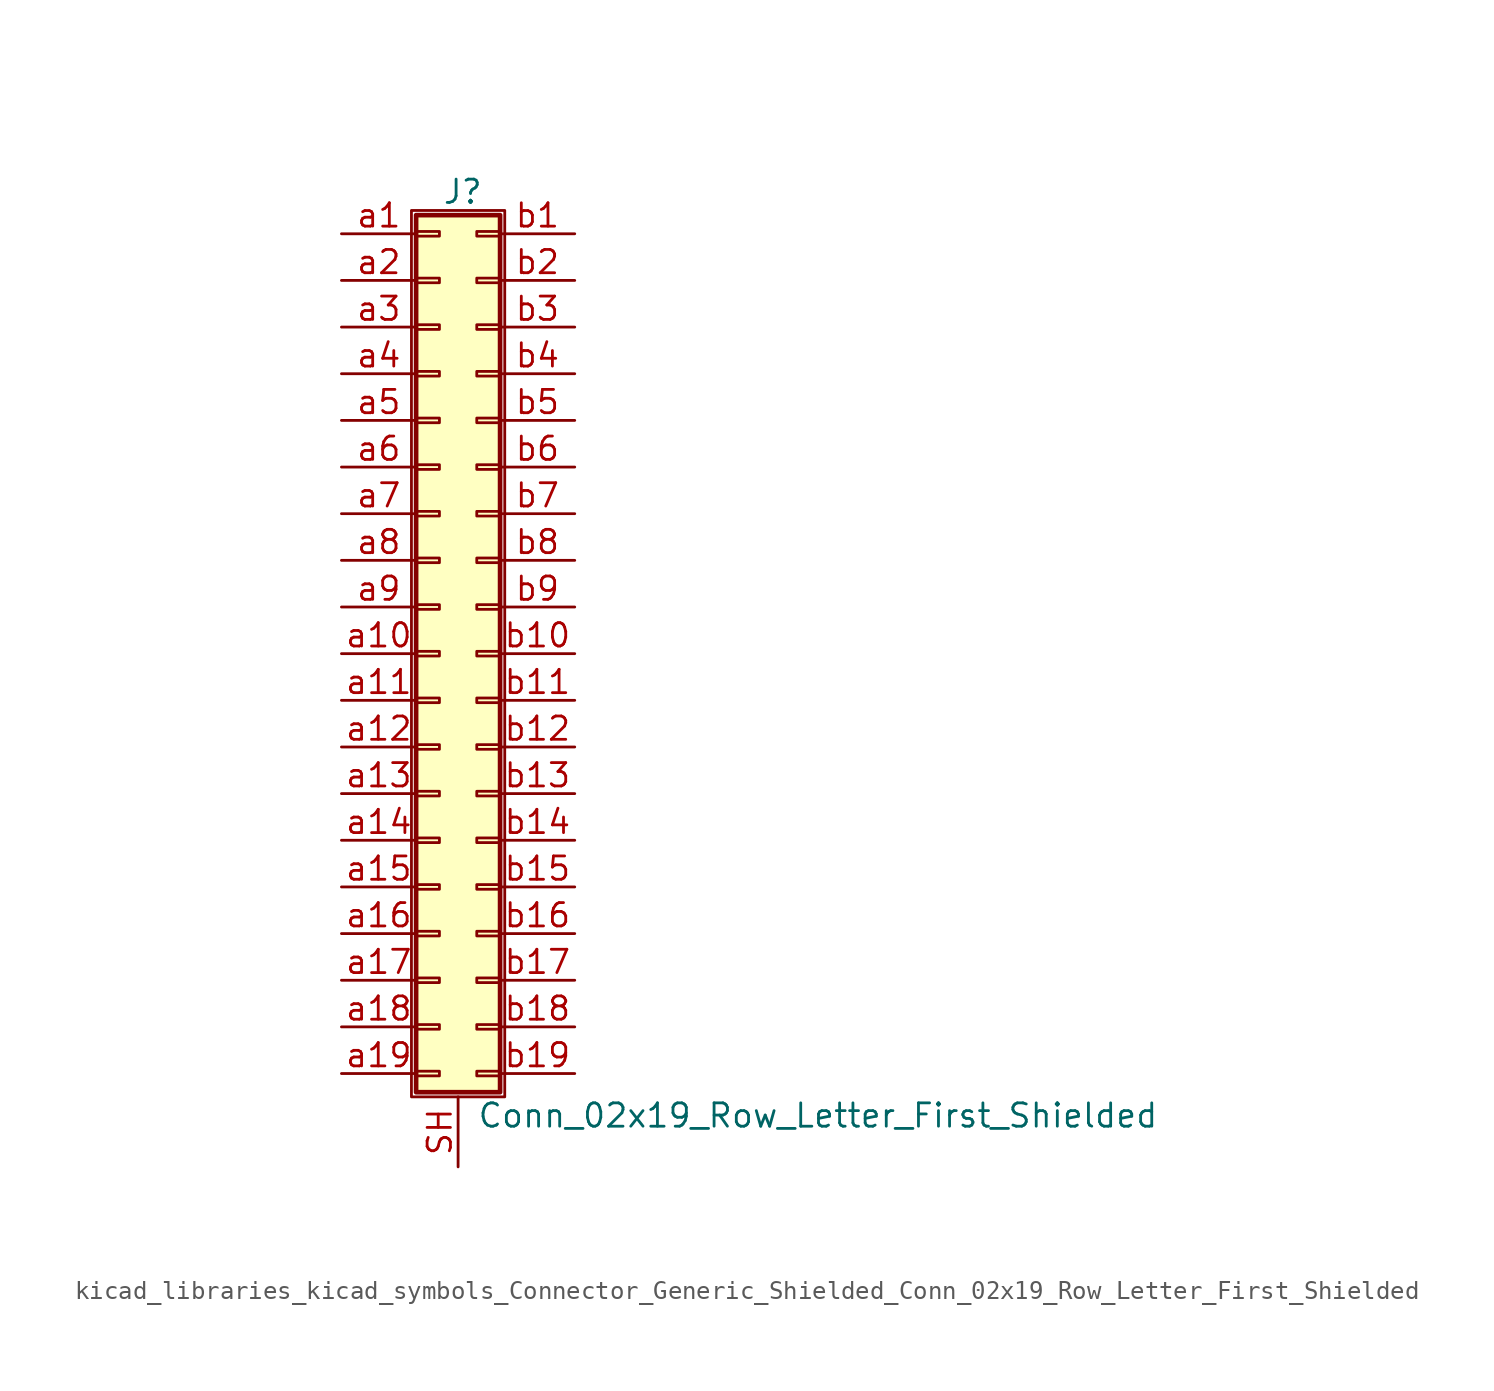
<source format=kicad_sym>
(kicad_symbol_lib
  (version 20220914)
  (generator kicad_symbol_editor)
  (symbol "kicad_libraries_kicad_symbols_Connector_Generic_Shielded_Conn_02x19_Row_Letter_First_Shielded"
    (pin_names
      (offset 1.016) hide)
    (property "Reference" "J"
      (at 1.524 25.146 0)
      (effects (font (size 1.27 1.27))))
    (property "Value" "Conn_02x19_Row_Letter_First_Shielded"
      (at 2.286 -25.146 0)
      (effects (font (size 1.27 1.27)) (justify left)))
    (symbol "kicad_libraries_kicad_symbols_Connector_Generic_Shielded_Conn_02x19_Row_Letter_First_Shielded_1_1"
      (rectangle (start -1.27 24.13) (end 3.81 -24.13) (stroke (width 0.152) (type default)) (fill (type none)))
      (rectangle (start -1.016 -22.733) (end 0.254 -22.987) (stroke (width 0.152) (type default)) (fill (type none)))
      (rectangle (start -1.016 -20.193) (end 0.254 -20.447) (stroke (width 0.152) (type default)) (fill (type none)))
      (rectangle (start -1.016 -17.653) (end 0.254 -17.907) (stroke (width 0.152) (type default)) (fill (type none)))
      (rectangle (start -1.016 -15.113) (end 0.254 -15.367) (stroke (width 0.152) (type default)) (fill (type none)))
      (rectangle (start -1.016 -12.573) (end 0.254 -12.827) (stroke (width 0.152) (type default)) (fill (type none)))
      (rectangle (start -1.016 -10.033) (end 0.254 -10.287) (stroke (width 0.152) (type default)) (fill (type none)))
      (rectangle (start -1.016 -7.493) (end 0.254 -7.747) (stroke (width 0.152) (type default)) (fill (type none)))
      (rectangle (start -1.016 -4.953) (end 0.254 -5.207) (stroke (width 0.152) (type default)) (fill (type none)))
      (rectangle (start -1.016 -2.413) (end 0.254 -2.667) (stroke (width 0.152) (type default)) (fill (type none)))
      (rectangle (start -1.016 0.127) (end 0.254 -0.127) (stroke (width 0.152) (type default)) (fill (type none)))
      (rectangle (start -1.016 2.667) (end 0.254 2.413) (stroke (width 0.152) (type default)) (fill (type none)))
      (rectangle (start -1.016 5.207) (end 0.254 4.953) (stroke (width 0.152) (type default)) (fill (type none)))
      (rectangle (start -1.016 7.747) (end 0.254 7.493) (stroke (width 0.152) (type default)) (fill (type none)))
      (rectangle (start -1.016 10.287) (end 0.254 10.033) (stroke (width 0.152) (type default)) (fill (type none)))
      (rectangle (start -1.016 12.827) (end 0.254 12.573) (stroke (width 0.152) (type default)) (fill (type none)))
      (rectangle (start -1.016 15.367) (end 0.254 15.113) (stroke (width 0.152) (type default)) (fill (type none)))
      (rectangle (start -1.016 17.907) (end 0.254 17.653) (stroke (width 0.152) (type default)) (fill (type none)))
      (rectangle (start -1.016 20.447) (end 0.254 20.193) (stroke (width 0.152) (type default)) (fill (type none)))
      (rectangle (start -1.016 22.987) (end 0.254 22.733) (stroke (width 0.152) (type default)) (fill (type none)))
      (rectangle (start -1.016 23.876) (end 3.556 -23.876) (stroke (width 0.254) (type default)) (fill (type background)))
      (rectangle (start 3.556 -22.733) (end 2.286 -22.987) (stroke (width 0.152) (type default)) (fill (type none)))
      (rectangle (start 3.556 -20.193) (end 2.286 -20.447) (stroke (width 0.152) (type default)) (fill (type none)))
      (rectangle (start 3.556 -17.653) (end 2.286 -17.907) (stroke (width 0.152) (type default)) (fill (type none)))
      (rectangle (start 3.556 -15.113) (end 2.286 -15.367) (stroke (width 0.152) (type default)) (fill (type none)))
      (rectangle (start 3.556 -12.573) (end 2.286 -12.827) (stroke (width 0.152) (type default)) (fill (type none)))
      (rectangle (start 3.556 -10.033) (end 2.286 -10.287) (stroke (width 0.152) (type default)) (fill (type none)))
      (rectangle (start 3.556 -7.493) (end 2.286 -7.747) (stroke (width 0.152) (type default)) (fill (type none)))
      (rectangle (start 3.556 -4.953) (end 2.286 -5.207) (stroke (width 0.152) (type default)) (fill (type none)))
      (rectangle (start 3.556 -2.413) (end 2.286 -2.667) (stroke (width 0.152) (type default)) (fill (type none)))
      (rectangle (start 3.556 0.127) (end 2.286 -0.127) (stroke (width 0.152) (type default)) (fill (type none)))
      (rectangle (start 3.556 2.667) (end 2.286 2.413) (stroke (width 0.152) (type default)) (fill (type none)))
      (rectangle (start 3.556 5.207) (end 2.286 4.953) (stroke (width 0.152) (type default)) (fill (type none)))
      (rectangle (start 3.556 7.747) (end 2.286 7.493) (stroke (width 0.152) (type default)) (fill (type none)))
      (rectangle (start 3.556 10.287) (end 2.286 10.033) (stroke (width 0.152) (type default)) (fill (type none)))
      (rectangle (start 3.556 12.827) (end 2.286 12.573) (stroke (width 0.152) (type default)) (fill (type none)))
      (rectangle (start 3.556 15.367) (end 2.286 15.113) (stroke (width 0.152) (type default)) (fill (type none)))
      (rectangle (start 3.556 17.907) (end 2.286 17.653) (stroke (width 0.152) (type default)) (fill (type none)))
      (rectangle (start 3.556 20.447) (end 2.286 20.193) (stroke (width 0.152) (type default)) (fill (type none)))
      (rectangle (start 3.556 22.987) (end 2.286 22.733) (stroke (width 0.152) (type default)) (fill (type none)))
      (pin passive line (at 1.27 -27.94 90) (length 3.81) (name "Shield" (effects (font (size 1.27 1.27)))) (number "SH" (effects (font (size 1.27 1.27)))))
      (pin passive line (at -5.08 22.86 0) (length 4.064) (name "Pin_a1" (effects (font (size 1.27 1.27)))) (number "a1" (effects (font (size 1.27 1.27)))))
      (pin passive line (at -5.08 0 0) (length 4.064) (name "Pin_a10" (effects (font (size 1.27 1.27)))) (number "a10" (effects (font (size 1.27 1.27)))))
      (pin passive line (at -5.08 -2.54 0) (length 4.064) (name "Pin_a11" (effects (font (size 1.27 1.27)))) (number "a11" (effects (font (size 1.27 1.27)))))
      (pin passive line (at -5.08 -5.08 0) (length 4.064) (name "Pin_a12" (effects (font (size 1.27 1.27)))) (number "a12" (effects (font (size 1.27 1.27)))))
      (pin passive line (at -5.08 -7.62 0) (length 4.064) (name "Pin_a13" (effects (font (size 1.27 1.27)))) (number "a13" (effects (font (size 1.27 1.27)))))
      (pin passive line (at -5.08 -10.16 0) (length 4.064) (name "Pin_a14" (effects (font (size 1.27 1.27)))) (number "a14" (effects (font (size 1.27 1.27)))))
      (pin passive line (at -5.08 -12.7 0) (length 4.064) (name "Pin_a15" (effects (font (size 1.27 1.27)))) (number "a15" (effects (font (size 1.27 1.27)))))
      (pin passive line (at -5.08 -15.24 0) (length 4.064) (name "Pin_a16" (effects (font (size 1.27 1.27)))) (number "a16" (effects (font (size 1.27 1.27)))))
      (pin passive line (at -5.08 -17.78 0) (length 4.064) (name "Pin_a17" (effects (font (size 1.27 1.27)))) (number "a17" (effects (font (size 1.27 1.27)))))
      (pin passive line (at -5.08 -20.32 0) (length 4.064) (name "Pin_a18" (effects (font (size 1.27 1.27)))) (number "a18" (effects (font (size 1.27 1.27)))))
      (pin passive line (at -5.08 -22.86 0) (length 4.064) (name "Pin_a19" (effects (font (size 1.27 1.27)))) (number "a19" (effects (font (size 1.27 1.27)))))
      (pin passive line (at -5.08 20.32 0) (length 4.064) (name "Pin_a2" (effects (font (size 1.27 1.27)))) (number "a2" (effects (font (size 1.27 1.27)))))
      (pin passive line (at -5.08 17.78 0) (length 4.064) (name "Pin_a3" (effects (font (size 1.27 1.27)))) (number "a3" (effects (font (size 1.27 1.27)))))
      (pin passive line (at -5.08 15.24 0) (length 4.064) (name "Pin_a4" (effects (font (size 1.27 1.27)))) (number "a4" (effects (font (size 1.27 1.27)))))
      (pin passive line (at -5.08 12.7 0) (length 4.064) (name "Pin_a5" (effects (font (size 1.27 1.27)))) (number "a5" (effects (font (size 1.27 1.27)))))
      (pin passive line (at -5.08 10.16 0) (length 4.064) (name "Pin_a6" (effects (font (size 1.27 1.27)))) (number "a6" (effects (font (size 1.27 1.27)))))
      (pin passive line (at -5.08 7.62 0) (length 4.064) (name "Pin_a7" (effects (font (size 1.27 1.27)))) (number "a7" (effects (font (size 1.27 1.27)))))
      (pin passive line (at -5.08 5.08 0) (length 4.064) (name "Pin_a8" (effects (font (size 1.27 1.27)))) (number "a8" (effects (font (size 1.27 1.27)))))
      (pin passive line (at -5.08 2.54 0) (length 4.064) (name "Pin_a9" (effects (font (size 1.27 1.27)))) (number "a9" (effects (font (size 1.27 1.27)))))
      (pin passive line (at 7.62 22.86 180) (length 4.064) (name "Pin_b1" (effects (font (size 1.27 1.27)))) (number "b1" (effects (font (size 1.27 1.27)))))
      (pin passive line (at 7.62 0 180) (length 4.064) (name "Pin_b10" (effects (font (size 1.27 1.27)))) (number "b10" (effects (font (size 1.27 1.27)))))
      (pin passive line (at 7.62 -2.54 180) (length 4.064) (name "Pin_b11" (effects (font (size 1.27 1.27)))) (number "b11" (effects (font (size 1.27 1.27)))))
      (pin passive line (at 7.62 -5.08 180) (length 4.064) (name "Pin_b12" (effects (font (size 1.27 1.27)))) (number "b12" (effects (font (size 1.27 1.27)))))
      (pin passive line (at 7.62 -7.62 180) (length 4.064) (name "Pin_b13" (effects (font (size 1.27 1.27)))) (number "b13" (effects (font (size 1.27 1.27)))))
      (pin passive line (at 7.62 -10.16 180) (length 4.064) (name "Pin_b14" (effects (font (size 1.27 1.27)))) (number "b14" (effects (font (size 1.27 1.27)))))
      (pin passive line (at 7.62 -12.7 180) (length 4.064) (name "Pin_b15" (effects (font (size 1.27 1.27)))) (number "b15" (effects (font (size 1.27 1.27)))))
      (pin passive line (at 7.62 -15.24 180) (length 4.064) (name "Pin_b16" (effects (font (size 1.27 1.27)))) (number "b16" (effects (font (size 1.27 1.27)))))
      (pin passive line (at 7.62 -17.78 180) (length 4.064) (name "Pin_b17" (effects (font (size 1.27 1.27)))) (number "b17" (effects (font (size 1.27 1.27)))))
      (pin passive line (at 7.62 -20.32 180) (length 4.064) (name "Pin_b18" (effects (font (size 1.27 1.27)))) (number "b18" (effects (font (size 1.27 1.27)))))
      (pin passive line (at 7.62 -22.86 180) (length 4.064) (name "Pin_b19" (effects (font (size 1.27 1.27)))) (number "b19" (effects (font (size 1.27 1.27)))))
      (pin passive line (at 7.62 20.32 180) (length 4.064) (name "Pin_b2" (effects (font (size 1.27 1.27)))) (number "b2" (effects (font (size 1.27 1.27)))))
      (pin passive line (at 7.62 17.78 180) (length 4.064) (name "Pin_b3" (effects (font (size 1.27 1.27)))) (number "b3" (effects (font (size 1.27 1.27)))))
      (pin passive line (at 7.62 15.24 180) (length 4.064) (name "Pin_b4" (effects (font (size 1.27 1.27)))) (number "b4" (effects (font (size 1.27 1.27)))))
      (pin passive line (at 7.62 12.7 180) (length 4.064) (name "Pin_b5" (effects (font (size 1.27 1.27)))) (number "b5" (effects (font (size 1.27 1.27)))))
      (pin passive line (at 7.62 10.16 180) (length 4.064) (name "Pin_b6" (effects (font (size 1.27 1.27)))) (number "b6" (effects (font (size 1.27 1.27)))))
      (pin passive line (at 7.62 7.62 180) (length 4.064) (name "Pin_b7" (effects (font (size 1.27 1.27)))) (number "b7" (effects (font (size 1.27 1.27)))))
      (pin passive line (at 7.62 5.08 180) (length 4.064) (name "Pin_b8" (effects (font (size 1.27 1.27)))) (number "b8" (effects (font (size 1.27 1.27)))))
      (pin passive line (at 7.62 2.54 180) (length 4.064) (name "Pin_b9" (effects (font (size 1.27 1.27)))) (number "b9" (effects (font (size 1.27 1.27))))))))
</source>
